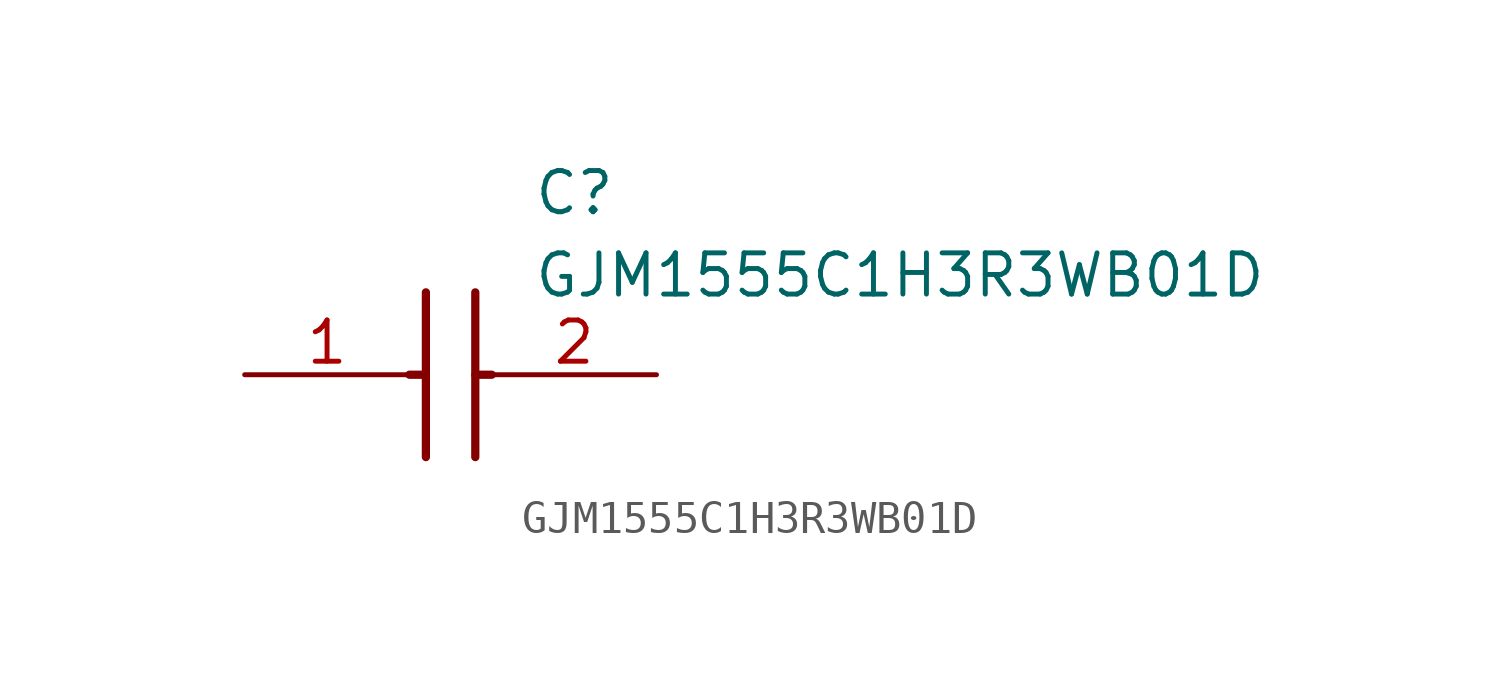
<source format=kicad_sym>
(kicad_symbol_lib
  (version 20211014)
  (generator SamacSys_ECAD_Model)
  (symbol "GJM1555C1H3R3WB01D"
    (pin_names hide)
    (property "Reference" "C"
      (at 8.89 6.35 0)
      (effects (font (size 1.27 1.27)) (justify left top)))
    (property "Value" "GJM1555C1H3R3WB01D"
      (at 8.89 3.81 0)
      (effects (font (size 1.27 1.27)) (justify left top)))
    (polyline
      (pts (xy 5.588 2.54) (xy 5.588 -2.54))
      (stroke (width 0.254) (type default))
      (fill (type none)))
    (polyline
      (pts (xy 7.112 2.54) (xy 7.112 -2.54))
      (stroke (width 0.254) (type default))
      (fill (type none)))
    (polyline
      (pts (xy 5.08 0) (xy 5.588 0))
      (stroke (width 0.254) (type default))
      (fill (type none)))
    (polyline
      (pts (xy 7.112 0) (xy 7.62 0))
      (stroke (width 0.254) (type default))
      (fill (type none)))
    (pin passive line
      (at 0 0 0)
      (length 5.08)
      (name "1" (effects (font (size 1.27 1.27))))
      (number "1" (effects (font (size 1.27 1.27)))))
    (pin passive line
      (at 12.7 0 180)
      (length 5.08)
      (name "2" (effects (font (size 1.27 1.27))))
      (number "2" (effects (font (size 1.27 1.27)))))))
</source>
